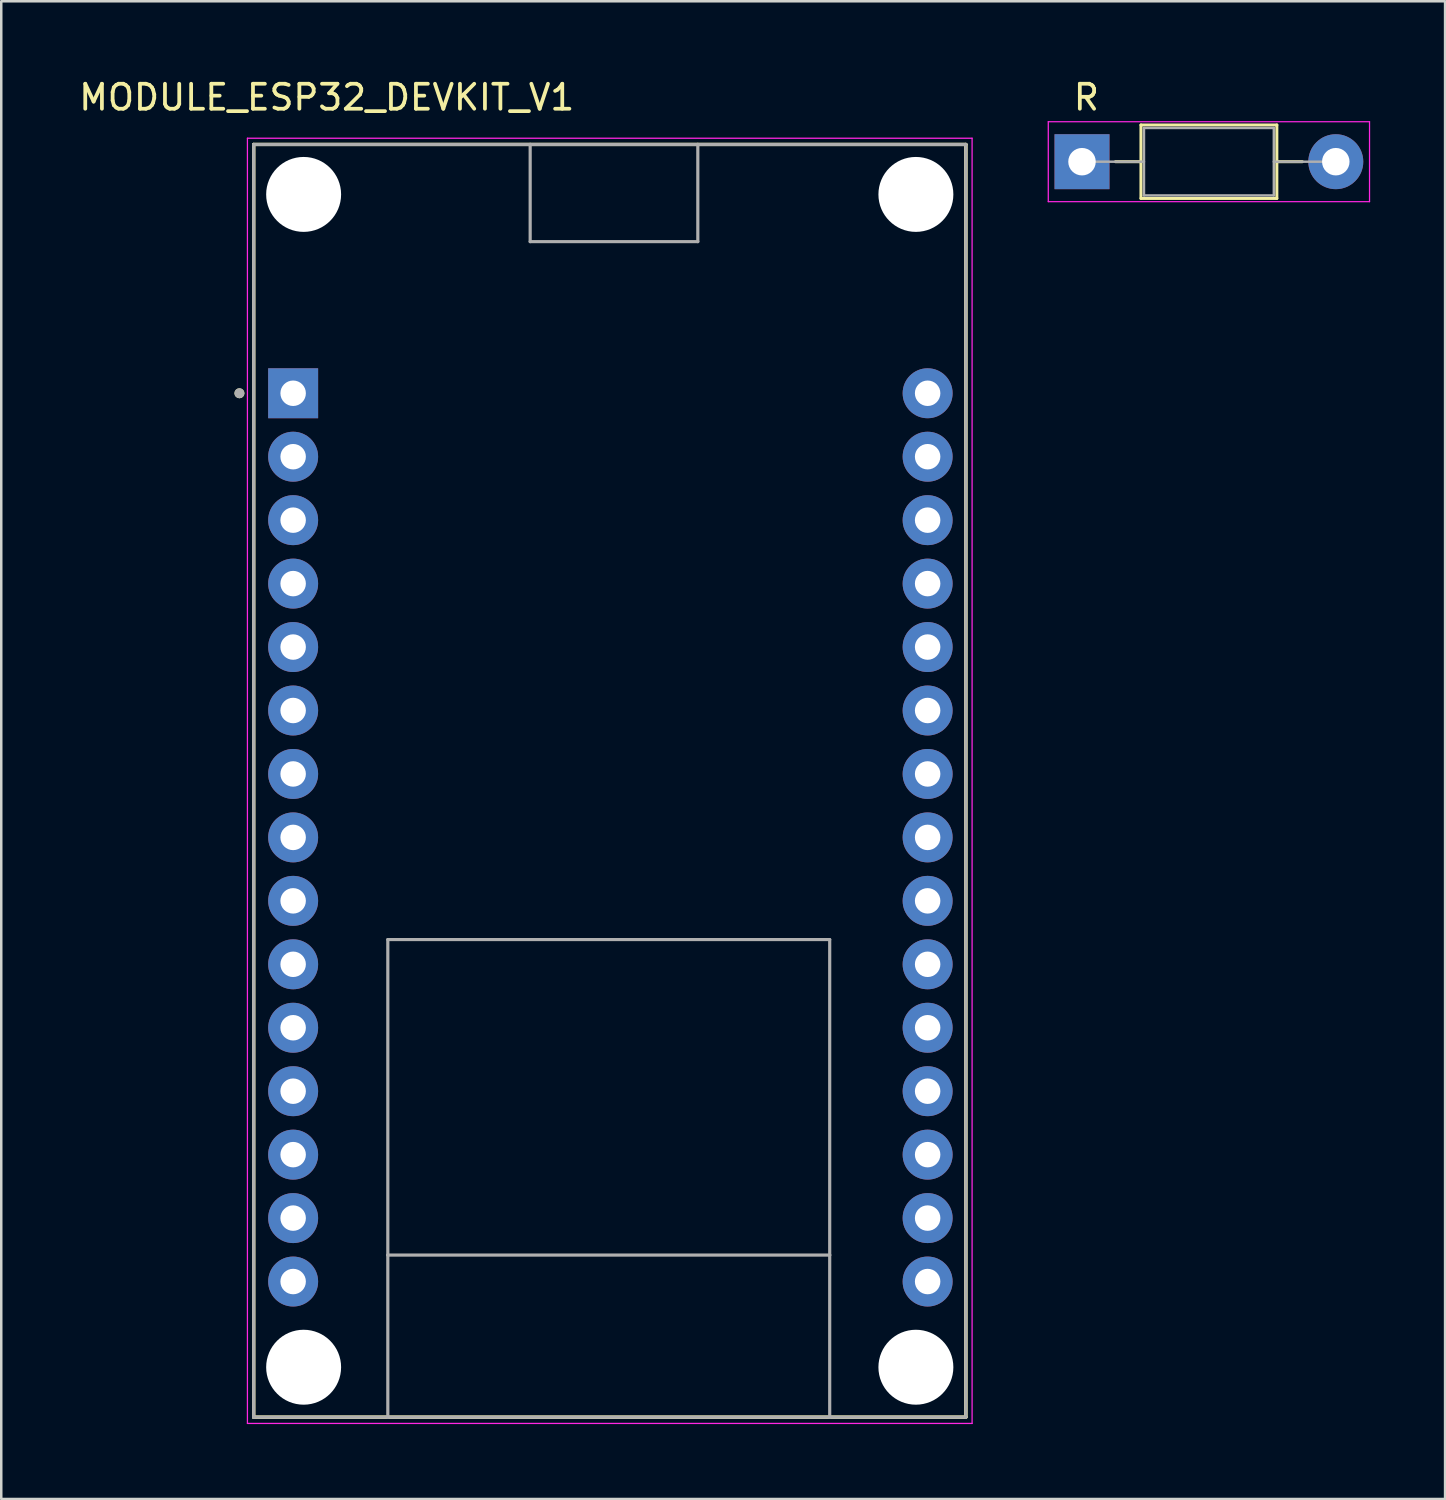
<source format=kicad_pcb>
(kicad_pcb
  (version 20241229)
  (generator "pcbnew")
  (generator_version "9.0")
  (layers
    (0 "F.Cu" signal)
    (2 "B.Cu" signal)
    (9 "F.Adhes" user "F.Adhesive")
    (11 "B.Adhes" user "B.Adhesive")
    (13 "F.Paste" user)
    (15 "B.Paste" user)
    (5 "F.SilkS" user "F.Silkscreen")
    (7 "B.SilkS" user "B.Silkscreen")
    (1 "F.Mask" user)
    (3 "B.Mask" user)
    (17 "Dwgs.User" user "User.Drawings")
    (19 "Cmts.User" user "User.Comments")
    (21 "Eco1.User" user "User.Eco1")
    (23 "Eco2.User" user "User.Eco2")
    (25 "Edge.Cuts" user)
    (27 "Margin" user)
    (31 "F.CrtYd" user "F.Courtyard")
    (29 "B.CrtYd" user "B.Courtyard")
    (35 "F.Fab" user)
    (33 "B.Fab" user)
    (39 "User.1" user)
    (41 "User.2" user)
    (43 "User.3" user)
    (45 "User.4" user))
  (footprint "R"
    (layer "F.Cu")
    (at 40.265 3.423)
    (property "Reference" "R" (at 0.175 -2.575 0) (layer "F.SilkS") (effects (font (size 1 1) (thickness 0.15))))
    (attr through_hole)
    (fp_line (start 1.34 0) (end 2.36 0) (stroke (width 0.12) (type solid)) (layer "F.SilkS"))
    (fp_line (start 2.36 -1.47) (end 2.36 1.47) (stroke (width 0.12) (type solid)) (layer "F.SilkS"))
    (fp_line (start 2.36 1.47) (end 7.8 1.47) (stroke (width 0.12) (type solid)) (layer "F.SilkS"))
    (fp_line (start 7.8 -1.47) (end 2.36 -1.47) (stroke (width 0.12) (type solid)) (layer "F.SilkS"))
    (fp_line (start 7.8 1.47) (end 7.8 -1.47) (stroke (width 0.12) (type solid)) (layer "F.SilkS"))
    (fp_line (start 8.82 0) (end 7.8 0) (stroke (width 0.12) (type solid)) (layer "F.SilkS"))
    (fp_line (start -1.35 -1.6) (end -1.35 1.6) (stroke (width 0.05) (type solid)) (layer "F.CrtYd"))
    (fp_line (start -1.35 1.6) (end 11.51 1.6) (stroke (width 0.05) (type solid)) (layer "F.CrtYd"))
    (fp_line (start 11.51 -1.6) (end -1.35 -1.6) (stroke (width 0.05) (type solid)) (layer "F.CrtYd"))
    (fp_line (start 11.51 1.6) (end 11.51 -1.6) (stroke (width 0.05) (type solid)) (layer "F.CrtYd"))
    (fp_line (start 0 0) (end 2.48 0) (stroke (width 0.1) (type solid)) (layer "F.Fab"))
    (fp_line (start 2.48 -1.35) (end 2.48 1.35) (stroke (width 0.1) (type solid)) (layer "F.Fab"))
    (fp_line (start 2.48 1.35) (end 7.68 1.35) (stroke (width 0.1) (type solid)) (layer "F.Fab"))
    (fp_line (start 7.68 -1.35) (end 2.48 -1.35) (stroke (width 0.1) (type solid)) (layer "F.Fab"))
    (fp_line (start 7.68 1.35) (end 7.68 -1.35) (stroke (width 0.1) (type solid)) (layer "F.Fab"))
    (fp_line (start 10.16 0) (end 7.68 0) (stroke (width 0.1) (type solid)) (layer "F.Fab"))
    (pad "1" thru_hole rect (at 0 0) (size 2.2 2.2) (drill 1.1) (layers "*.Cu" "*.Mask"))
    (pad "2" thru_hole oval (at 10.16 0) (size 2.2 2.2) (drill 1.1) (layers "*.Cu" "*.Mask")))
  (footprint "MODULE_ESP32_DEVKIT_V1"
    (layer "F.Cu")
    (at 21.385 28.208)
    (property "Reference" "MODULE_ESP32_DEVKIT_V1" (at -11.355 -27.36 0) (layer "F.SilkS") (effects (font (size 1 1) (thickness 0.15))))
    (attr through_hole)
    (fp_line (start -14.28 -25.475) (end -3.211 -25.475) (stroke (width 0.127) (type solid)) (layer "F.SilkS"))
    (fp_line (start -14.28 -25.475) (end 14.23 -25.475) (stroke (width 0.127) (type solid)) (layer "F.SilkS"))
    (fp_line (start -14.28 25.475) (end -14.28 -25.475) (stroke (width 0.127) (type solid)) (layer "F.SilkS"))
    (fp_line (start -14.28 25.475) (end -14.28 -25.475) (stroke (width 0.127) (type solid)) (layer "F.SilkS"))
    (fp_line (start -14.28 25.475) (end -8.91 25.475) (stroke (width 0.127) (type solid)) (layer "F.SilkS"))
    (fp_line (start -8.91 25.475) (end 8.78 25.475) (stroke (width 0.127) (type solid)) (layer "F.SilkS"))
    (fp_line (start -3.211 -25.475) (end 3.5 -25.475) (stroke (width 0.127) (type solid)) (layer "F.SilkS"))
    (fp_line (start 3.5 -25.475) (end 14.23 -25.475) (stroke (width 0.127) (type solid)) (layer "F.SilkS"))
    (fp_line (start 8.78 25.475) (end 14.23 25.475) (stroke (width 0.127) (type solid)) (layer "F.SilkS"))
    (fp_line (start 14.23 -25.475) (end 14.23 25.475) (stroke (width 0.127) (type solid)) (layer "F.SilkS"))
    (fp_line (start 14.23 -25.475) (end 14.23 25.475) (stroke (width 0.127) (type solid)) (layer "F.SilkS"))
    (fp_line (start 14.23 25.475) (end -14.28 25.475) (stroke (width 0.127) (type solid)) (layer "F.SilkS"))
    (fp_circle (center -14.85 -15.515) (end -14.75 -15.515) (stroke (width 0.2) (type solid)) (fill no) (layer "F.SilkS"))
    (fp_line (start -14.53 -25.725) (end -14.53 25.725) (stroke (width 0.05) (type solid)) (layer "F.CrtYd"))
    (fp_line (start -14.53 25.725) (end 14.48 25.725) (stroke (width 0.05) (type solid)) (layer "F.CrtYd"))
    (fp_line (start 14.48 -25.725) (end -14.53 -25.725) (stroke (width 0.05) (type solid)) (layer "F.CrtYd"))
    (fp_line (start 14.48 25.725) (end 14.48 -25.725) (stroke (width 0.05) (type solid)) (layer "F.CrtYd"))
    (fp_line (start -14.28 -25.475) (end -3.211 -25.475) (stroke (width 0.127) (type solid)) (layer "F.Fab"))
    (fp_line (start -14.28 25.475) (end -14.28 -25.475) (stroke (width 0.127) (type solid)) (layer "F.Fab"))
    (fp_line (start -14.28 25.475) (end -8.91 25.475) (stroke (width 0.127) (type solid)) (layer "F.Fab"))
    (fp_line (start -8.91 6.355) (end 8.78 6.355) (stroke (width 0.127) (type solid)) (layer "F.Fab"))
    (fp_line (start -8.91 18.985) (end -8.91 6.355) (stroke (width 0.127) (type solid)) (layer "F.Fab"))
    (fp_line (start -8.91 18.985) (end 8.78 18.985) (stroke (width 0.127) (type solid)) (layer "F.Fab"))
    (fp_line (start -8.91 25.475) (end -8.91 18.985) (stroke (width 0.127) (type solid)) (layer "F.Fab"))
    (fp_line (start -8.91 25.475) (end 8.78 25.475) (stroke (width 0.127) (type solid)) (layer "F.Fab"))
    (fp_line (start -3.211 -25.475) (end 3.5 -25.475) (stroke (width 0.127) (type solid)) (layer "F.Fab"))
    (fp_line (start -3.211 -21.585) (end -3.211 -25.475) (stroke (width 0.127) (type solid)) (layer "F.Fab"))
    (fp_line (start 3.5 -25.475) (end 3.5 -21.585) (stroke (width 0.127) (type solid)) (layer "F.Fab"))
    (fp_line (start 3.5 -25.475) (end 14.23 -25.475) (stroke (width 0.127) (type solid)) (layer "F.Fab"))
    (fp_line (start 3.5 -21.585) (end -3.211 -21.585) (stroke (width 0.127) (type solid)) (layer "F.Fab"))
    (fp_line (start 8.78 6.355) (end 8.78 18.985) (stroke (width 0.127) (type solid)) (layer "F.Fab"))
    (fp_line (start 8.78 18.985) (end 8.78 25.475) (stroke (width 0.127) (type solid)) (layer "F.Fab"))
    (fp_line (start 8.78 25.475) (end 14.23 25.475) (stroke (width 0.127) (type solid)) (layer "F.Fab"))
    (fp_line (start 14.23 -25.475) (end 14.23 25.475) (stroke (width 0.127) (type solid)) (layer "F.Fab"))
    (fp_circle (center -14.85 -15.515) (end -14.75 -15.515) (stroke (width 0.2) (type solid)) (fill no) (layer "F.Fab"))
    (pad "" np_thru_hole circle (at -12.28 -23.475) (size 3 3) (drill 3) (layers "*.Cu" "*.Mask"))
    (pad "" np_thru_hole circle (at -12.28 23.475) (size 3 3) (drill 3) (layers "*.Cu" "*.Mask"))
    (pad "" np_thru_hole circle (at 12.23 -23.475) (size 3 3) (drill 3) (layers "*.Cu" "*.Mask"))
    (pad "" np_thru_hole circle (at 12.23 23.475) (size 3 3) (drill 3) (layers "*.Cu" "*.Mask"))
    (pad "1" thru_hole rect (at -12.7 -15.515) (size 2 2) (drill 1.02) (layers "*.Cu" "*.Mask"))
    (pad "2" thru_hole circle (at -12.7 -12.975) (size 2 2) (drill 1.02) (layers "*.Cu" "*.Mask"))
    (pad "3" thru_hole circle (at -12.7 -10.435) (size 2 2) (drill 1.02) (layers "*.Cu" "*.Mask"))
    (pad "4" thru_hole circle (at -12.7 -7.895) (size 2 2) (drill 1.02) (layers "*.Cu" "*.Mask"))
    (pad "5" thru_hole circle (at -12.7 -5.355) (size 2 2) (drill 1.02) (layers "*.Cu" "*.Mask"))
    (pad "6" thru_hole circle (at -12.7 -2.815) (size 2 2) (drill 1.02) (layers "*.Cu" "*.Mask"))
    (pad "7" thru_hole circle (at -12.7 -0.275) (size 2 2) (drill 1.02) (layers "*.Cu" "*.Mask"))
    (pad "8" thru_hole circle (at -12.7 2.265) (size 2 2) (drill 1.02) (layers "*.Cu" "*.Mask"))
    (pad "9" thru_hole circle (at -12.7 4.805) (size 2 2) (drill 1.02) (layers "*.Cu" "*.Mask"))
    (pad "10" thru_hole circle (at -12.7 7.345) (size 2 2) (drill 1.02) (layers "*.Cu" "*.Mask"))
    (pad "11" thru_hole circle (at -12.7 9.885) (size 2 2) (drill 1.02) (layers "*.Cu" "*.Mask"))
    (pad "12" thru_hole circle (at -12.7 12.425) (size 2 2) (drill 1.02) (layers "*.Cu" "*.Mask"))
    (pad "13" thru_hole circle (at -12.7 14.965) (size 2 2) (drill 1.02) (layers "*.Cu" "*.Mask"))
    (pad "14" thru_hole circle (at -12.7 17.505) (size 2 2) (drill 1.02) (layers "*.Cu" "*.Mask"))
    (pad "15" thru_hole circle (at -12.7 20.045) (size 2 2) (drill 1.02) (layers "*.Cu" "*.Mask"))
    (pad "16" thru_hole circle (at 12.7 20.045) (size 2 2) (drill 1.02) (layers "*.Cu" "*.Mask"))
    (pad "17" thru_hole circle (at 12.7 17.505) (size 2 2) (drill 1.02) (layers "*.Cu" "*.Mask"))
    (pad "18" thru_hole circle (at 12.7 14.965) (size 2 2) (drill 1.02) (layers "*.Cu" "*.Mask"))
    (pad "19" thru_hole circle (at 12.7 12.425) (size 2 2) (drill 1.02) (layers "*.Cu" "*.Mask"))
    (pad "20" thru_hole circle (at 12.7 9.885) (size 2 2) (drill 1.02) (layers "*.Cu" "*.Mask"))
    (pad "21" thru_hole circle (at 12.7 7.345) (size 2 2) (drill 1.02) (layers "*.Cu" "*.Mask"))
    (pad "22" thru_hole circle (at 12.7 4.805) (size 2 2) (drill 1.02) (layers "*.Cu" "*.Mask"))
    (pad "23" thru_hole circle (at 12.7 2.265) (size 2 2) (drill 1.02) (layers "*.Cu" "*.Mask"))
    (pad "24" thru_hole circle (at 12.7 -0.275) (size 2 2) (drill 1.02) (layers "*.Cu" "*.Mask"))
    (pad "25" thru_hole circle (at 12.7 -2.815) (size 2 2) (drill 1.02) (layers "*.Cu" "*.Mask"))
    (pad "26" thru_hole circle (at 12.7 -5.355) (size 2 2) (drill 1.02) (layers "*.Cu" "*.Mask"))
    (pad "27" thru_hole circle (at 12.7 -7.895) (size 2 2) (drill 1.02) (layers "*.Cu" "*.Mask"))
    (pad "28" thru_hole circle (at 12.7 -10.435) (size 2 2) (drill 1.02) (layers "*.Cu" "*.Mask"))
    (pad "29" thru_hole circle (at 12.7 -12.975) (size 2 2) (drill 1.02) (layers "*.Cu" "*.Mask"))
    (pad "30" thru_hole circle (at 12.7 -15.515) (size 2 2) (drill 1.02) (layers "*.Cu" "*.Mask"))
    (zone (net_name "") (layer "F.Cu") (hatch full 0.508) (connect_pads) (min_thickness 0.01) (filled_areas_thickness no) (keepout (tracks not_allowed) (vias not_allowed) (pads not_allowed) (copperpour not_allowed) (footprints allowed)) (placement (enabled no)) (fill) (polygon (pts (xy 12.475 47.193) (xy 30.165 47.193) (xy 30.165 53.683) (xy 12.475 53.683))))
    (zone (net_name "") (layers "F.Cu" "B.Cu") (hatch full 0.508) (connect_pads) (min_thickness 0.01) (filled_areas_thickness no) (keepout (tracks allowed) (vias not_allowed) (pads allowed) (copperpour allowed) (footprints allowed)) (placement (enabled no)) (fill) (polygon (pts (xy 12.475 47.193) (xy 30.165 47.193) (xy 30.165 53.683) (xy 12.475 53.683))))
    (zone (net_name "") (layer "B.Cu") (hatch full 0.508) (connect_pads) (min_thickness 0.01) (filled_areas_thickness no) (keepout (tracks not_allowed) (vias not_allowed) (pads not_allowed) (copperpour not_allowed) (footprints allowed)) (placement (enabled no)) (fill) (polygon (pts (xy 12.475 47.193) (xy 30.165 47.193) (xy 30.165 53.683) (xy 12.475 53.683)))))
  (gr_rect
    (start -3 -3)
    (end 54.8 56.958)
    (stroke (width 0.1) (type default))
    (fill no)
    (layer "Edge.Cuts")))
</source>
